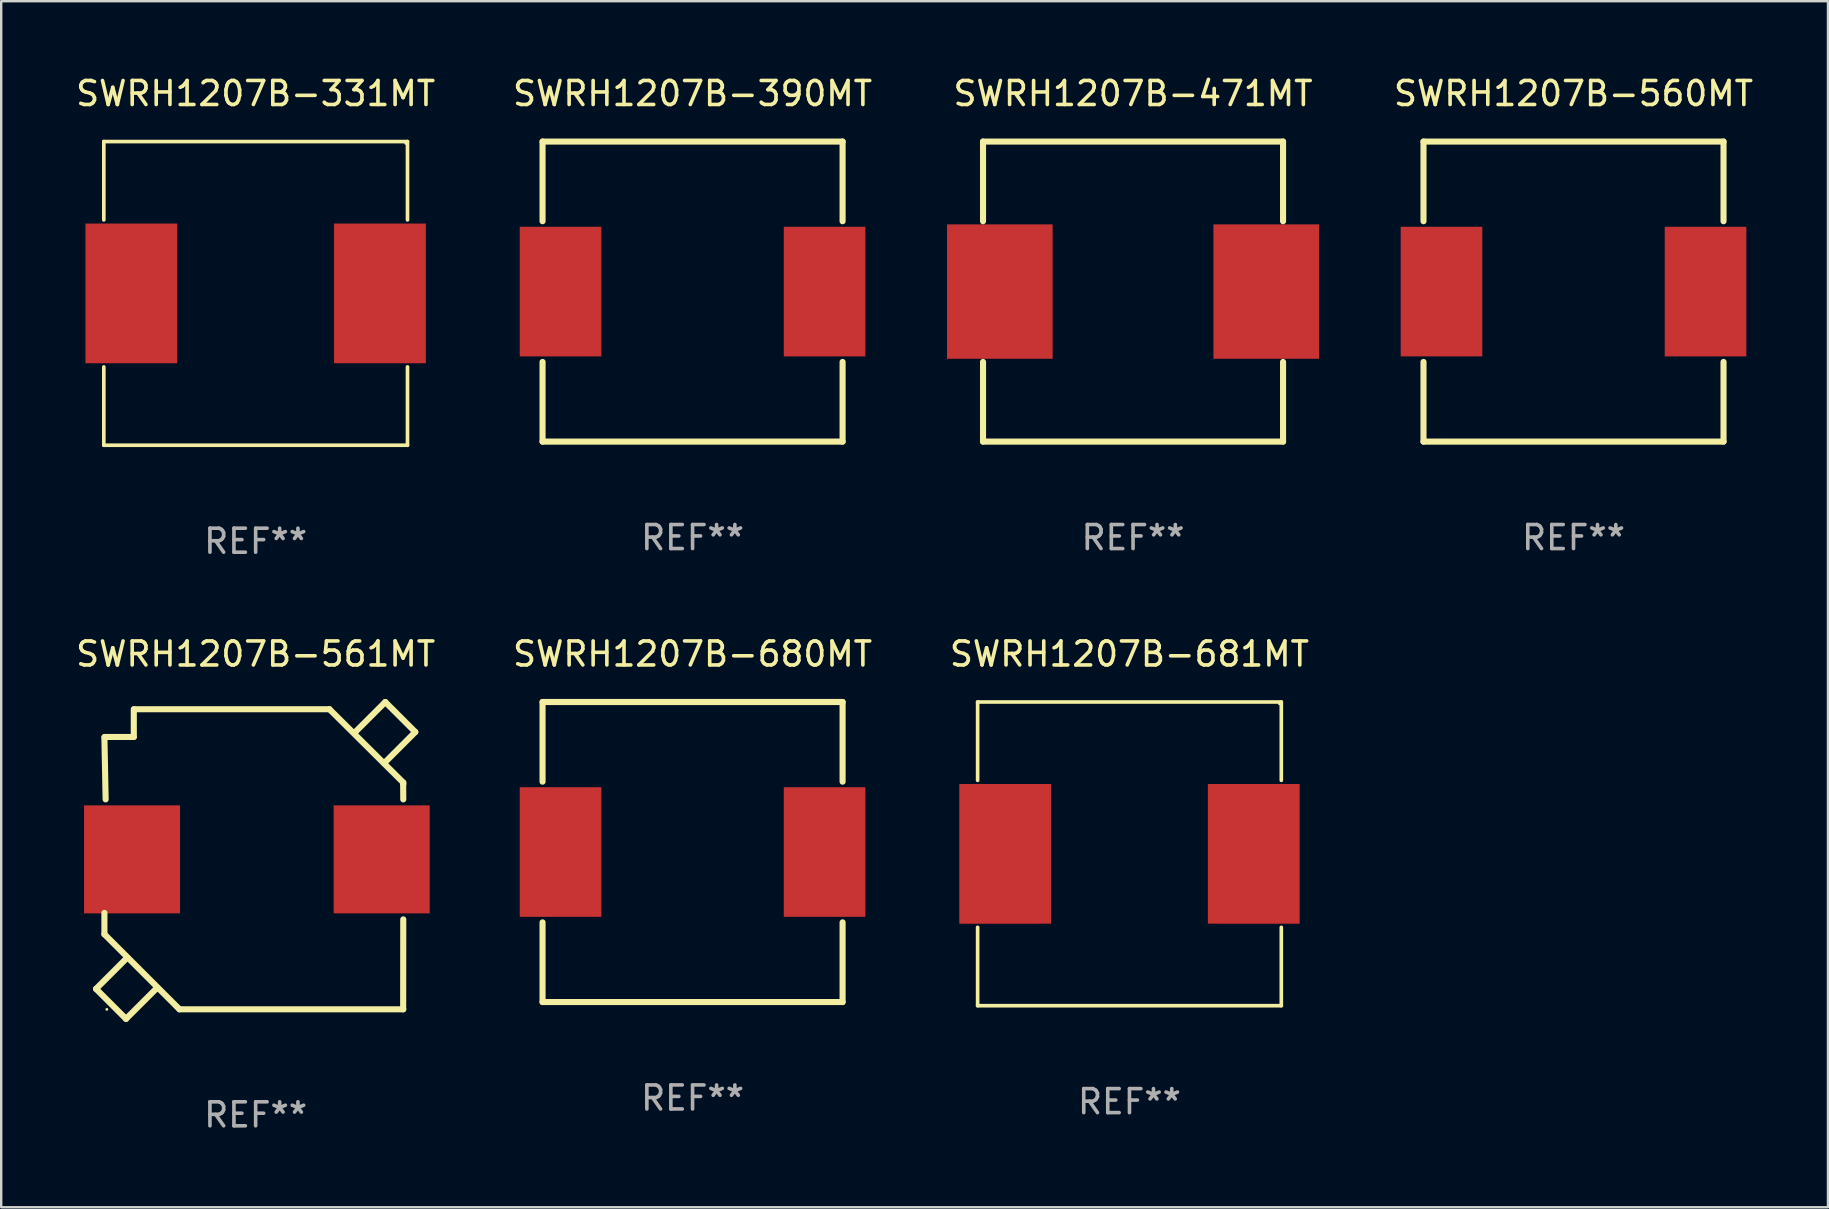
<source format=kicad_pcb>
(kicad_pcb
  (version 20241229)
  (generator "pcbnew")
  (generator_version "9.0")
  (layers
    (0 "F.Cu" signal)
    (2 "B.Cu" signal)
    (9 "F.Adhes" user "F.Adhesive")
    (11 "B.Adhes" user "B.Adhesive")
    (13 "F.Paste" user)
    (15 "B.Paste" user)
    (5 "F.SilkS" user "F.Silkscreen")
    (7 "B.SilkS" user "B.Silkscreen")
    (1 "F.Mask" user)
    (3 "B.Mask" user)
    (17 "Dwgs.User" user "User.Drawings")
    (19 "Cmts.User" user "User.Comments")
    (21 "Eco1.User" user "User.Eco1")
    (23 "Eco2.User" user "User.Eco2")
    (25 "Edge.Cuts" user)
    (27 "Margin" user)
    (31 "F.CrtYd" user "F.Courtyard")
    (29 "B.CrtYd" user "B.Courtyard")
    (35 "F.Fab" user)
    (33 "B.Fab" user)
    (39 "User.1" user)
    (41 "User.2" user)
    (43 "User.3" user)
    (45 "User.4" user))
  (footprint "SWRH1207B-471MT"
    (layer "F.Cu")
    (at 44.155 9.098)
    (property "Reference" "SWRH1207B-471MT" (at 0 -8.25 0) (layer "F.SilkS") (effects (font (size 1 1) (thickness 0.15))))
    (attr through_hole)
    (fp_line (start -6.25 -6.25) (end 6.25 -6.25) (stroke (width 0.254) (type solid)) (layer "F.SilkS"))
    (fp_line (start -6.25 -2.931) (end -6.25 -6.25) (stroke (width 0.254) (type solid)) (layer "F.SilkS"))
    (fp_line (start -6.25 6.25) (end -6.25 2.931) (stroke (width 0.254) (type solid)) (layer "F.SilkS"))
    (fp_line (start 6.25 -6.25) (end 6.25 -2.931) (stroke (width 0.254) (type solid)) (layer "F.SilkS"))
    (fp_line (start 6.25 2.931) (end 6.25 6.25) (stroke (width 0.254) (type solid)) (layer "F.SilkS"))
    (fp_line (start 6.25 6.25) (end -6.25 6.25) (stroke (width 0.254) (type solid)) (layer "F.SilkS"))
    (fp_circle (center -6.25 6.25) (end -6.22 6.25) (stroke (width 0.06) (type solid)) (fill no) (layer "F.SilkS"))
    (fp_text user "REF**" (at 0 10.25 0) (layer "F.Fab") (effects (font (size 1 1) (thickness 0.15))))
    (pad "1" smd rect (at -5.55 0) (size 4.4 5.6) (layers "F.Cu" "F.Mask" "F.Paste"))
    (pad "2" smd rect (at 5.55 0) (size 4.4 5.6) (layers "F.Cu" "F.Mask" "F.Paste")))
  (footprint "SWRH1207B-561MT"
    (layer "F.Cu")
    (at 7.601 32.798)
    (property "Reference" "SWRH1207B-561MT" (at 0 -8.6 0) (layer "F.SilkS") (effects (font (size 1 1) (thickness 0.15))))
    (attr through_hole)
    (fp_line (start -6.651 5.351) (end -5.401 6.6) (stroke (width 0.254) (type solid)) (layer "F.SilkS"))
    (fp_line (start -6.301 2.186) (end -6.301 3.074) (stroke (width 0.254) (type solid)) (layer "F.SilkS"))
    (fp_line (start -6.301 3.074) (end -3.174 6.201) (stroke (width 0.254) (type solid)) (layer "F.SilkS"))
    (fp_line (start -6.25 -2.545) (end -6.301 -5.108) (stroke (width 0.254) (type solid)) (layer "F.SilkS"))
    (fp_line (start -5.401 6.6) (end -4.151 5.351) (stroke (width 0.254) (type solid)) (layer "F.SilkS"))
    (fp_line (start -5.35 4.05) (end -6.651 5.351) (stroke (width 0.254) (type solid)) (layer "F.SilkS"))
    (fp_line (start -5.077 -6.3) (end -5.077 -5.145) (stroke (width 0.254) (type solid)) (layer "F.SilkS"))
    (fp_line (start -5.077 -5.145) (end -6.301 -5.145) (stroke (width 0.254) (type solid)) (layer "F.SilkS"))
    (fp_line (start -4.151 5.351) (end -4.15 5.35) (stroke (width 0.254) (type solid)) (layer "F.SilkS"))
    (fp_line (start -3.174 6.201) (end 6.15 6.201) (stroke (width 0.254) (type solid)) (layer "F.SilkS"))
    (fp_line (start 3.074 -6.301) (end 6.15 -3.245) (stroke (width 0.254) (type solid)) (layer "F.SilkS"))
    (fp_line (start 3.075 -6.3) (end -5.058 -6.3) (stroke (width 0.254) (type solid)) (layer "F.SilkS"))
    (fp_line (start 4.151 -5.351) (end 4.15 -5.35) (stroke (width 0.254) (type solid)) (layer "F.SilkS"))
    (fp_line (start 5.35 -4.05) (end 6.651 -5.351) (stroke (width 0.254) (type solid)) (layer "F.SilkS"))
    (fp_line (start 5.401 -6.6) (end 4.151 -5.351) (stroke (width 0.254) (type solid)) (layer "F.SilkS"))
    (fp_line (start 6.146 6.201) (end 6.15 2.455) (stroke (width 0.254) (type solid)) (layer "F.SilkS"))
    (fp_line (start 6.15 -3.245) (end 6.15 -3.174) (stroke (width 0.254) (type solid)) (layer "F.SilkS"))
    (fp_line (start 6.15 -2.545) (end 6.146 -3.174) (stroke (width 0.254) (type solid)) (layer "F.SilkS"))
    (fp_line (start 6.651 -5.351) (end 5.401 -6.6) (stroke (width 0.254) (type solid)) (layer "F.SilkS"))
    (fp_circle (center -6.2 6.205) (end -6.17 6.205) (stroke (width 0.06) (type solid)) (fill no) (layer "F.SilkS"))
    (fp_text user "REF**" (at 0 10.6 0) (layer "F.Fab") (effects (font (size 1 1) (thickness 0.15))))
    (pad "1" smd rect (at -5.15 -0.045) (size 4 4.5) (layers "F.Cu" "F.Mask" "F.Paste"))
    (pad "2" smd rect (at 5.25 -0.045) (size 4 4.5) (layers "F.Cu" "F.Mask" "F.Paste")))
  (footprint "SWRH1207B-681MT"
    (layer "F.Cu")
    (at 44.006 32.523)
    (property "Reference" "SWRH1207B-681MT" (at 0 -8.326 0) (layer "F.SilkS") (effects (font (size 1 1) (thickness 0.15))))
    (attr through_hole)
    (fp_line (start -6.326 -6.326) (end 6.326 -6.326) (stroke (width 0.152) (type solid)) (layer "F.SilkS"))
    (fp_line (start -6.326 -3.062) (end -6.326 -6.326) (stroke (width 0.152) (type solid)) (layer "F.SilkS"))
    (fp_line (start -6.326 3.062) (end -6.326 6.326) (stroke (width 0.152) (type solid)) (layer "F.SilkS"))
    (fp_line (start -6.326 6.326) (end 6.326 6.326) (stroke (width 0.152) (type solid)) (layer "F.SilkS"))
    (fp_line (start 6.326 -6.326) (end 6.326 -3.062) (stroke (width 0.152) (type solid)) (layer "F.SilkS"))
    (fp_line (start 6.326 6.326) (end 6.326 3.062) (stroke (width 0.152) (type solid)) (layer "F.SilkS"))
    (fp_circle (center 6.25 -6.25) (end 6.28 -6.25) (stroke (width 0.06) (type solid)) (fill no) (layer "F.SilkS"))
    (fp_text user "REF**" (at 0 10.326 0) (layer "F.Fab") (effects (font (size 1 1) (thickness 0.15))))
    (pad "1" smd rect (at 5.178 0) (size 3.824 5.82) (layers "F.Cu" "F.Mask" "F.Paste"))
    (pad "2" smd rect (at -5.178 0) (size 3.824 5.82) (layers "F.Cu" "F.Mask" "F.Paste")))
  (footprint "SWRH1207B-390MT"
    (layer "F.Cu")
    (at 25.804 9.098)
    (property "Reference" "SWRH1207B-390MT" (at 0 -8.25 0) (layer "F.SilkS") (effects (font (size 1 1) (thickness 0.15))))
    (attr through_hole)
    (fp_line (start -6.25 -6.25) (end 6.25 -6.25) (stroke (width 0.254) (type solid)) (layer "F.SilkS"))
    (fp_line (start -6.25 -2.931) (end -6.25 -6.25) (stroke (width 0.254) (type solid)) (layer "F.SilkS"))
    (fp_line (start -6.25 6.25) (end -6.25 2.931) (stroke (width 0.254) (type solid)) (layer "F.SilkS"))
    (fp_line (start 6.25 -6.25) (end 6.25 -2.931) (stroke (width 0.254) (type solid)) (layer "F.SilkS"))
    (fp_line (start 6.25 2.931) (end 6.25 6.25) (stroke (width 0.254) (type solid)) (layer "F.SilkS"))
    (fp_line (start 6.25 6.25) (end -6.25 6.25) (stroke (width 0.254) (type solid)) (layer "F.SilkS"))
    (fp_circle (center -6.25 6.25) (end -6.22 6.25) (stroke (width 0.06) (type solid)) (fill no) (layer "F.SilkS"))
    (fp_text user "REF**" (at 0 10.25 0) (layer "F.Fab") (effects (font (size 1 1) (thickness 0.15))))
    (pad "1" smd rect (at -5.5 0) (size 3.4 5.4) (layers "F.Cu" "F.Mask" "F.Paste"))
    (pad "2" smd rect (at 5.5 0) (size 3.4 5.4) (layers "F.Cu" "F.Mask" "F.Paste")))
  (footprint "SWRH1207B-560MT"
    (layer "F.Cu")
    (at 62.506 9.098)
    (property "Reference" "SWRH1207B-560MT" (at 0 -8.25 0) (layer "F.SilkS") (effects (font (size 1 1) (thickness 0.15))))
    (attr through_hole)
    (fp_line (start -6.25 -6.25) (end 6.25 -6.25) (stroke (width 0.254) (type solid)) (layer "F.SilkS"))
    (fp_line (start -6.25 -2.931) (end -6.25 -6.25) (stroke (width 0.254) (type solid)) (layer "F.SilkS"))
    (fp_line (start -6.25 6.25) (end -6.25 2.931) (stroke (width 0.254) (type solid)) (layer "F.SilkS"))
    (fp_line (start 6.25 -6.25) (end 6.25 -2.931) (stroke (width 0.254) (type solid)) (layer "F.SilkS"))
    (fp_line (start 6.25 2.931) (end 6.25 6.25) (stroke (width 0.254) (type solid)) (layer "F.SilkS"))
    (fp_line (start 6.25 6.25) (end -6.25 6.25) (stroke (width 0.254) (type solid)) (layer "F.SilkS"))
    (fp_circle (center -6.25 6.25) (end -6.22 6.25) (stroke (width 0.06) (type solid)) (fill no) (layer "F.SilkS"))
    (fp_text user "REF**" (at 0 10.25 0) (layer "F.Fab") (effects (font (size 1 1) (thickness 0.15))))
    (pad "1" smd rect (at -5.5 0) (size 3.4 5.4) (layers "F.Cu" "F.Mask" "F.Paste"))
    (pad "2" smd rect (at 5.5 0) (size 3.4 5.4) (layers "F.Cu" "F.Mask" "F.Paste")))
  (footprint "SWRH1207B-331MT"
    (layer "F.Cu")
    (at 7.601 9.174)
    (property "Reference" "SWRH1207B-331MT" (at 0 -8.326 0) (layer "F.SilkS") (effects (font (size 1 1) (thickness 0.15))))
    (attr through_hole)
    (fp_line (start -6.326 -6.326) (end 6.326 -6.326) (stroke (width 0.152) (type solid)) (layer "F.SilkS"))
    (fp_line (start -6.326 -3.062) (end -6.326 -6.326) (stroke (width 0.152) (type solid)) (layer "F.SilkS"))
    (fp_line (start -6.326 3.062) (end -6.326 6.326) (stroke (width 0.152) (type solid)) (layer "F.SilkS"))
    (fp_line (start -6.326 6.326) (end 6.326 6.326) (stroke (width 0.152) (type solid)) (layer "F.SilkS"))
    (fp_line (start 6.326 -6.326) (end 6.326 -3.062) (stroke (width 0.152) (type solid)) (layer "F.SilkS"))
    (fp_line (start 6.326 6.326) (end 6.326 3.062) (stroke (width 0.152) (type solid)) (layer "F.SilkS"))
    (fp_circle (center 6.25 -6.25) (end 6.28 -6.25) (stroke (width 0.06) (type solid)) (fill no) (layer "F.SilkS"))
    (fp_text user "REF**" (at 0 10.326 0) (layer "F.Fab") (effects (font (size 1 1) (thickness 0.15))))
    (pad "1" smd rect (at 5.178 0) (size 3.824 5.82) (layers "F.Cu" "F.Mask" "F.Paste"))
    (pad "2" smd rect (at -5.178 0) (size 3.824 5.82) (layers "F.Cu" "F.Mask" "F.Paste")))
  (footprint "SWRH1207B-680MT"
    (layer "F.Cu")
    (at 25.804 32.447)
    (property "Reference" "SWRH1207B-680MT" (at 0 -8.25 0) (layer "F.SilkS") (effects (font (size 1 1) (thickness 0.15))))
    (attr through_hole)
    (fp_line (start -6.25 -6.25) (end 6.25 -6.25) (stroke (width 0.254) (type solid)) (layer "F.SilkS"))
    (fp_line (start -6.25 -2.931) (end -6.25 -6.25) (stroke (width 0.254) (type solid)) (layer "F.SilkS"))
    (fp_line (start -6.25 6.25) (end -6.25 2.931) (stroke (width 0.254) (type solid)) (layer "F.SilkS"))
    (fp_line (start 6.25 -6.25) (end 6.25 -2.931) (stroke (width 0.254) (type solid)) (layer "F.SilkS"))
    (fp_line (start 6.25 2.931) (end 6.25 6.25) (stroke (width 0.254) (type solid)) (layer "F.SilkS"))
    (fp_line (start 6.25 6.25) (end -6.25 6.25) (stroke (width 0.254) (type solid)) (layer "F.SilkS"))
    (fp_circle (center -6.25 6.25) (end -6.22 6.25) (stroke (width 0.06) (type solid)) (fill no) (layer "F.SilkS"))
    (fp_text user "REF**" (at 0 10.25 0) (layer "F.Fab") (effects (font (size 1 1) (thickness 0.15))))
    (pad "1" smd rect (at -5.5 0) (size 3.4 5.4) (layers "F.Cu" "F.Mask" "F.Paste"))
    (pad "2" smd rect (at 5.5 0) (size 3.4 5.4) (layers "F.Cu" "F.Mask" "F.Paste")))
  (gr_rect
    (start -3 -3)
    (end 73.107 47.246)
    (stroke (width 0.1) (type default))
    (fill no)
    (layer "Edge.Cuts")))
</source>
